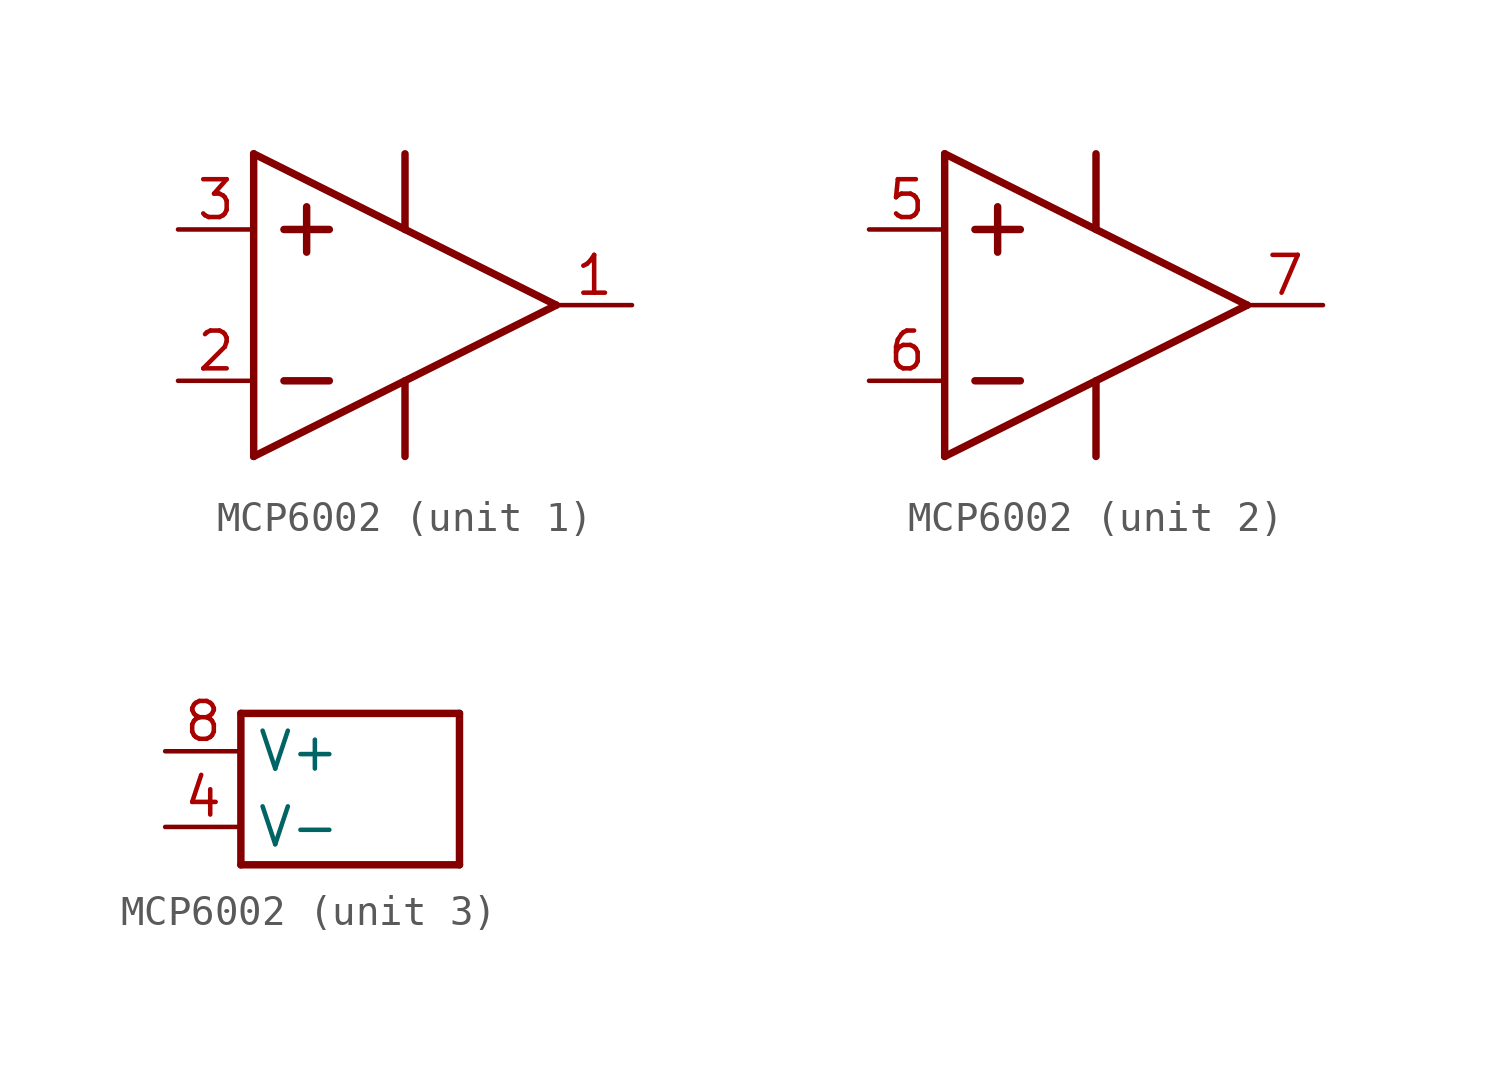
<source format=kicad_sym>
(kicad_symbol_lib
  (version 20231120)
  (generator "kicad_symbol_editor")
  (generator_version "8.0")
  (symbol "MCP6002"
    (property "Reference" "U"
      (at 0 0 0)
      (effects (font (size 1.27 1.27)) (hide yes)))
    (property "ki_locked" ""
      (at 0 0 0)
      (effects (font (size 1.27 1.27))))
    (symbol "MCP6002_1_0"
      (polyline (pts (xy -5.08 -5.08) (xy -5.08 5.08)) (stroke (width 0.25) (type solid)) (fill (type none)))
      (polyline (pts (xy -5.08 -5.08) (xy 5.08 0)) (stroke (width 0.25) (type solid)) (fill (type none)))
      (polyline (pts (xy -5.08 5.08) (xy 5.08 0)) (stroke (width 0.25) (type solid)) (fill (type none)))
      (polyline (pts (xy -4.064 -2.54) (xy -2.54 -2.54)) (stroke (width 0.25) (type solid)) (fill (type none)))
      (polyline (pts (xy -4.064 2.54) (xy -2.54 2.54)) (stroke (width 0.25) (type solid)) (fill (type none)))
      (polyline (pts (xy -3.302 1.778) (xy -3.302 3.302)) (stroke (width 0.25) (type solid)) (fill (type none)))
      (polyline (pts (xy 0 -5.08) (xy 0 -2.54)) (stroke (width 0.25) (type solid)) (fill (type none)))
      (polyline (pts (xy 0 2.54) (xy 0 5.08)) (stroke (width 0.25) (type solid)) (fill (type none)))
      (pin output line (at 7.62 0 180) (length 2.54) (name "OUT" (effects (font (size 0 0)))) (number "1" (effects (font (size 1.27 1.27)))))
      (pin input line (at -7.62 -2.54 0) (length 2.54) (name "IN-" (effects (font (size 0 0)))) (number "2" (effects (font (size 1.27 1.27)))))
      (pin input line (at -7.62 2.54 0) (length 2.54) (name "IN+" (effects (font (size 0 0)))) (number "3" (effects (font (size 1.27 1.27))))))
    (symbol "MCP6002_2_0"
      (polyline (pts (xy -5.08 -5.08) (xy -5.08 5.08)) (stroke (width 0.25) (type solid)) (fill (type none)))
      (polyline (pts (xy -5.08 -5.08) (xy 5.08 0)) (stroke (width 0.25) (type solid)) (fill (type none)))
      (polyline (pts (xy -5.08 5.08) (xy 5.08 0)) (stroke (width 0.25) (type solid)) (fill (type none)))
      (polyline (pts (xy -4.064 -2.54) (xy -2.54 -2.54)) (stroke (width 0.25) (type solid)) (fill (type none)))
      (polyline (pts (xy -4.064 2.54) (xy -2.54 2.54)) (stroke (width 0.25) (type solid)) (fill (type none)))
      (polyline (pts (xy -3.302 1.778) (xy -3.302 3.302)) (stroke (width 0.25) (type solid)) (fill (type none)))
      (polyline (pts (xy 0 -5.08) (xy 0 -2.54)) (stroke (width 0.25) (type solid)) (fill (type none)))
      (polyline (pts (xy 0 2.54) (xy 0 5.08)) (stroke (width 0.25) (type solid)) (fill (type none)))
      (pin input line (at -7.62 2.54 0) (length 2.54) (name "IN+" (effects (font (size 0 0)))) (number "5" (effects (font (size 1.27 1.27)))))
      (pin input line (at -7.62 -2.54 0) (length 2.54) (name "IN-" (effects (font (size 0 0)))) (number "6" (effects (font (size 1.27 1.27)))))
      (pin output line (at 7.62 0 180) (length 2.54) (name "OUT" (effects (font (size 0 0)))) (number "7" (effects (font (size 1.27 1.27))))))
    (symbol "MCP6002_3_0"
      (polyline (pts (xy -3.667 -2.54) (xy -3.667 2.54)) (stroke (width 0.25) (type solid)) (fill (type none)))
      (polyline (pts (xy -3.667 2.54) (xy 3.667 2.54)) (stroke (width 0.25) (type solid)) (fill (type none)))
      (polyline (pts (xy 3.667 -2.54) (xy -3.667 -2.54)) (stroke (width 0.25) (type solid)) (fill (type none)))
      (polyline (pts (xy 3.667 2.54) (xy 3.667 -2.54)) (stroke (width 0.25) (type solid)) (fill (type none)))
      (pin power_in line (at -6.207 -1.27 0) (length 2.54) (name "V-" (effects (font (size 1.27 1.27)))) (number "4" (effects (font (size 1.27 1.27)))))
      (pin power_in line (at -6.207 1.27 0) (length 2.54) (name "V+" (effects (font (size 1.27 1.27)))) (number "8" (effects (font (size 1.27 1.27))))))))
</source>
